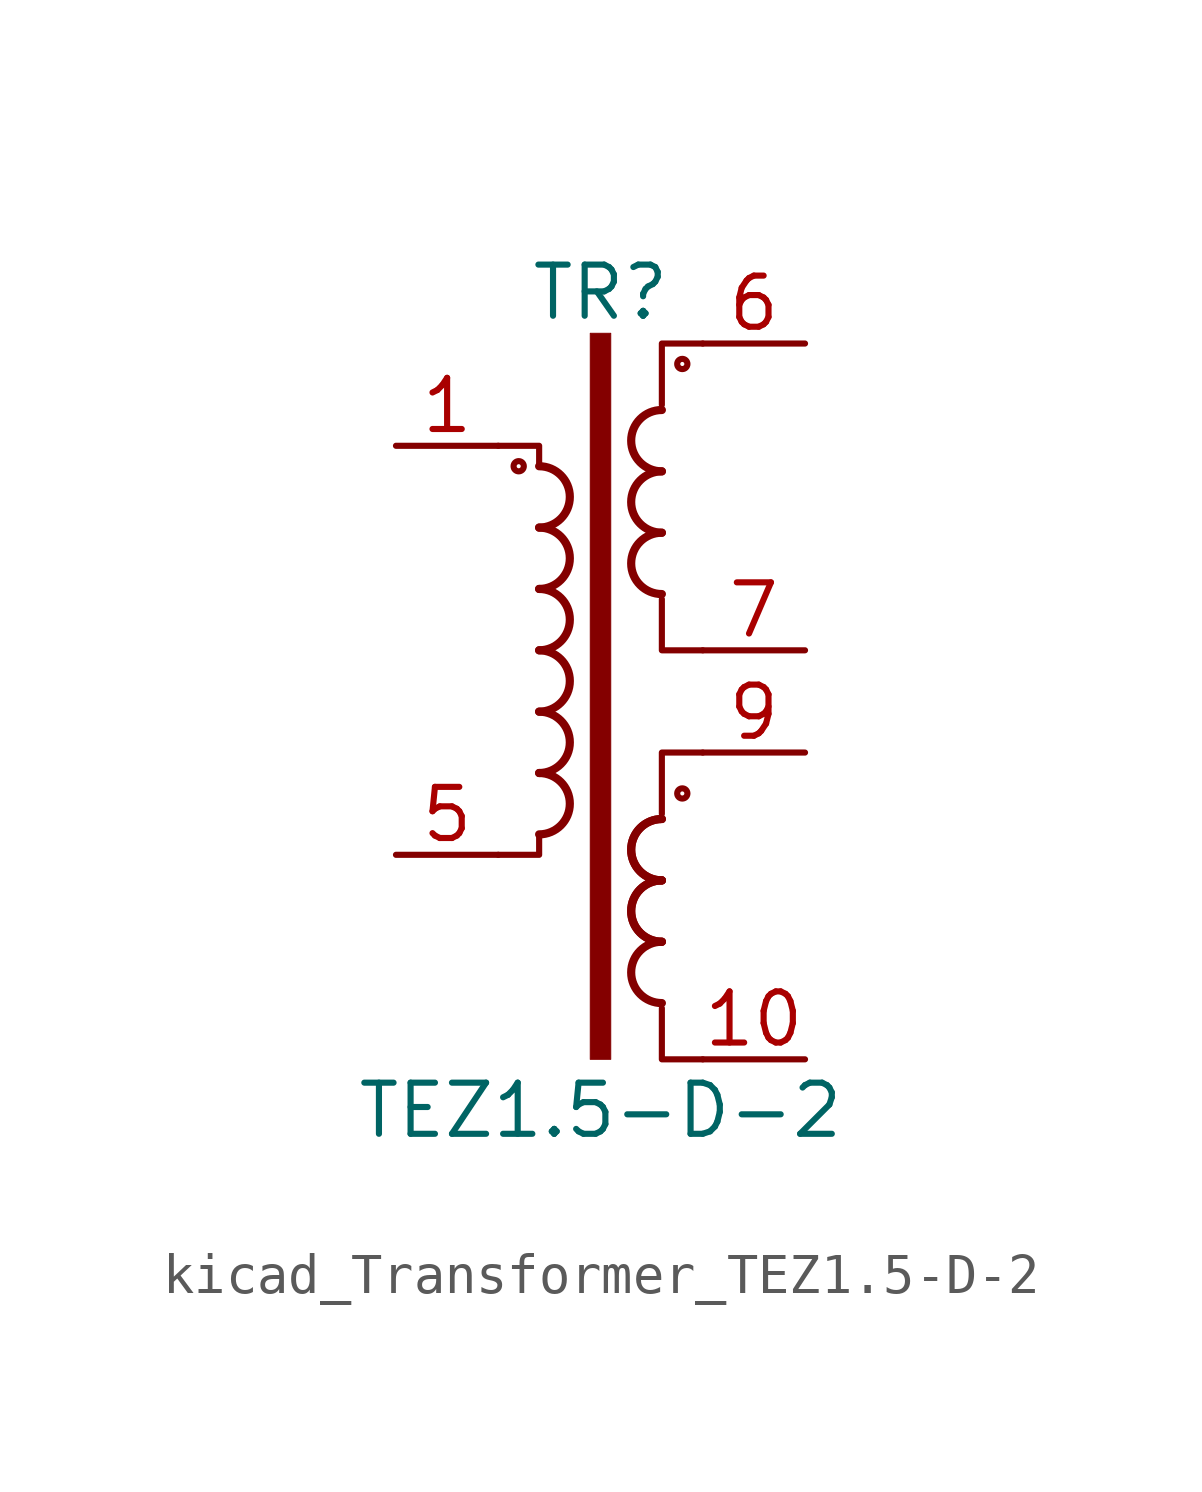
<source format=kicad_sym>
(kicad_symbol_lib
  (version 20220914)
  (generator kicad_symbol_editor)
  (symbol "kicad_Transformer_TEZ1.5-D-2"
    (pin_names
      (offset 0.025))
    (property "Reference" "TR"
      (at 0 8.89 0)
      (effects (font (size 1.27 1.27))))
    (property "Value" "TEZ1.5-D-2"
      (at 0 -11.43 0)
      (effects (font (size 1.27 1.27))))
    (symbol "kicad_Transformer_TEZ1.5-D-2_0_1"
      (circle (center -2.032 4.572) (radius 0.127) (stroke (width 0) (type default)) (fill (type none)))
      (arc (start -1.524 -4.572) (mid -0.7653 -3.81) (end -1.524 -3.048) (stroke (width 0.2032) (type default)) (fill (type none)))
      (arc (start -1.524 -3.048) (mid -0.7653 -2.286) (end -1.524 -1.524) (stroke (width 0.2032) (type default)) (fill (type none)))
      (arc (start -1.524 -1.524) (mid -0.7653 -0.762) (end -1.524 0) (stroke (width 0.2032) (type default)) (fill (type none)))
      (arc (start -1.524 0) (mid -0.7653 0.762) (end -1.524 1.524) (stroke (width 0.2032) (type default)) (fill (type none)))
      (arc (start -1.524 1.524) (mid -0.7653 2.286) (end -1.524 3.048) (stroke (width 0.2032) (type default)) (fill (type none)))
      (arc (start -1.524 3.048) (mid -0.7653 3.81) (end -1.524 4.572) (stroke (width 0.2032) (type default)) (fill (type none)))
      (rectangle (start -0.254 7.874) (end 0.254 -10.16) (stroke (width 0.025) (type default)) (fill (type outline)))
      (polyline (pts (xy -1.524 -4.572) (xy -1.524 -5.08) (xy -2.54 -5.08)) (stroke (width 0) (type default)) (fill (type none)))
      (polyline (pts (xy -1.524 4.572) (xy -1.524 5.08) (xy -2.54 5.08)) (stroke (width 0) (type default)) (fill (type none)))
      (polyline (pts (xy 1.524 -8.89) (xy 1.524 -10.16) (xy 2.54 -10.16)) (stroke (width 0) (type default)) (fill (type none)))
      (polyline (pts (xy 2.54 -2.54) (xy 1.524 -2.54) (xy 1.524 -4.064)) (stroke (width 0) (type default)) (fill (type none)))
      (polyline (pts (xy 2.54 0) (xy 1.524 0) (xy 1.524 1.27)) (stroke (width 0) (type default)) (fill (type none)))
      (polyline (pts (xy 2.54 7.62) (xy 1.524 7.62) (xy 1.524 6.096)) (stroke (width 0) (type default)) (fill (type none)))
      (arc (start 1.524 -7.239) (mid 0.7653 -8.001) (end 1.524 -8.763) (stroke (width 0.2032) (type default)) (fill (type none)))
      (arc (start 1.524 -5.715) (mid 0.7653 -6.477) (end 1.524 -7.239) (stroke (width 0.2032) (type default)) (fill (type none)))
      (arc (start 1.524 -5.715) (mid 0.7653 -6.477) (end 1.524 -7.239) (stroke (width 0.2032) (type default)) (fill (type none)))
      (arc (start 1.524 -4.191) (mid 0.7653 -4.953) (end 1.524 -5.715) (stroke (width 0.2032) (type default)) (fill (type none)))
      (arc (start 1.524 -4.191) (mid 0.7653 -4.953) (end 1.524 -5.715) (stroke (width 0.2032) (type default)) (fill (type none)))
      (arc (start 1.524 2.921) (mid 0.7653 2.159) (end 1.524 1.397) (stroke (width 0.2032) (type default)) (fill (type none)))
      (arc (start 1.524 4.445) (mid 0.7653 3.683) (end 1.524 2.921) (stroke (width 0.2032) (type default)) (fill (type none)))
      (arc (start 1.524 5.969) (mid 0.7653 5.207) (end 1.524 4.445) (stroke (width 0.2032) (type default)) (fill (type none)))
      (circle (center 2.032 -3.556) (radius 0.127) (stroke (width 0) (type default)) (fill (type none)))
      (circle (center 2.032 7.112) (radius 0.127) (stroke (width 0) (type default)) (fill (type none))))
    (symbol "kicad_Transformer_TEZ1.5-D-2_1_1"
      (pin passive line (at -5.08 5.08 0) (length 2.54) (name "~" (effects (font (size 1.27 1.27)))) (number "1" (effects (font (size 1.27 1.27)))))
      (pin passive line (at 5.08 -10.16 180) (length 2.54) (name "~" (effects (font (size 1.27 1.27)))) (number "10" (effects (font (size 1.27 1.27)))))
      (pin passive line (at -5.08 -5.08 0) (length 2.54) (name "~" (effects (font (size 1.27 1.27)))) (number "5" (effects (font (size 1.27 1.27)))))
      (pin passive line (at 5.08 7.62 180) (length 2.54) (name "~" (effects (font (size 1.27 1.27)))) (number "6" (effects (font (size 1.27 1.27)))))
      (pin passive line (at 5.08 0 180) (length 2.54) (name "~" (effects (font (size 1.27 1.27)))) (number "7" (effects (font (size 1.27 1.27)))))
      (pin passive line (at 5.08 -2.54 180) (length 2.54) (name "~" (effects (font (size 1.27 1.27)))) (number "9" (effects (font (size 1.27 1.27))))))))
</source>
